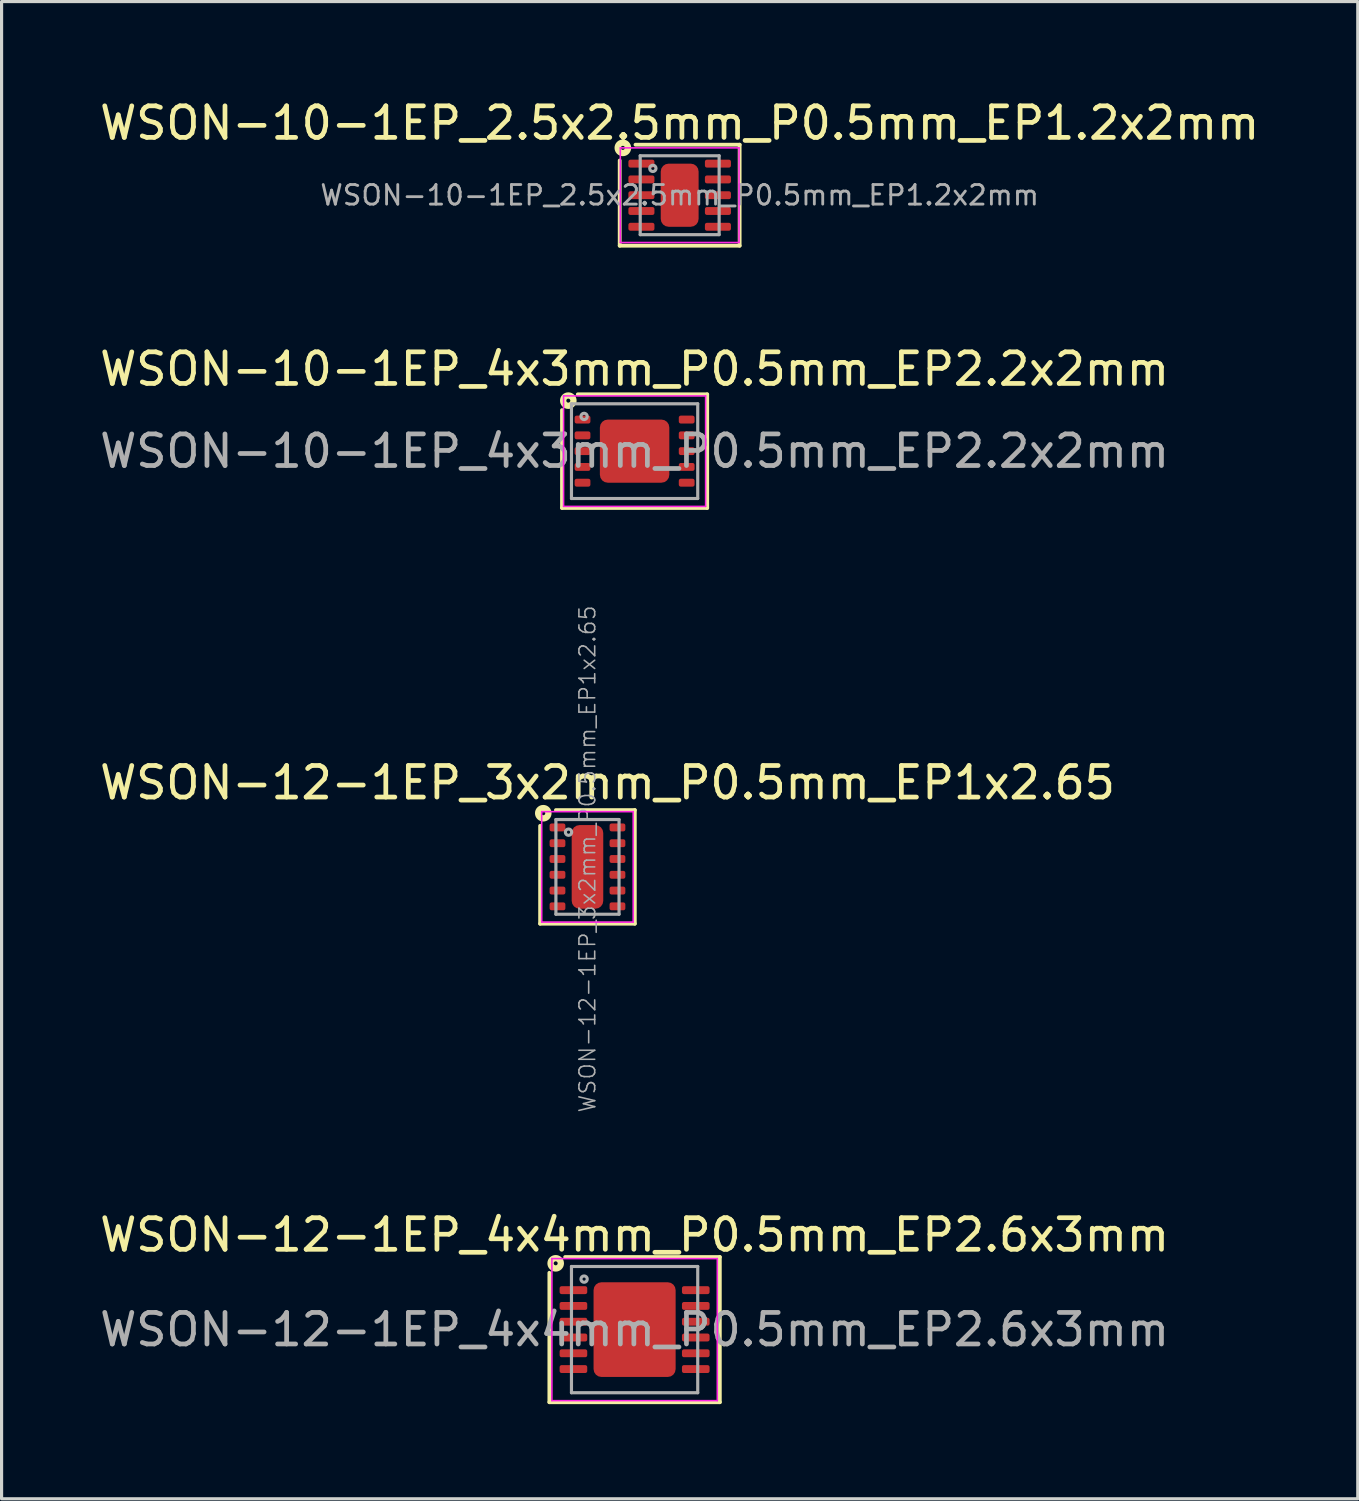
<source format=kicad_pcb>
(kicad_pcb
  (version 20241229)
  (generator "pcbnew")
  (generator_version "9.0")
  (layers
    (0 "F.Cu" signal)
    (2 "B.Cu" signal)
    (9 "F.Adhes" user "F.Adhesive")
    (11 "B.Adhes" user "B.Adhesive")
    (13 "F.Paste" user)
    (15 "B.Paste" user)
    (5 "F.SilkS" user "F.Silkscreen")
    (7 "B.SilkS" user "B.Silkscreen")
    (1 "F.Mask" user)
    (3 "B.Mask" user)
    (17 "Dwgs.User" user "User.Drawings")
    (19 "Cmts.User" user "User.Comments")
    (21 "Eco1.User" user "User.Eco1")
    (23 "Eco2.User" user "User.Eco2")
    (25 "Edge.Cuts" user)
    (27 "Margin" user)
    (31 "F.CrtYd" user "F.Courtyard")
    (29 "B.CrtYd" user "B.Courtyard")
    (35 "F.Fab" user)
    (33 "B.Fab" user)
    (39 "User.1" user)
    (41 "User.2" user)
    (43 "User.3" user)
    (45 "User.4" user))
  (footprint "WSON-12-1EP_4x4mm_P0.5mm_EP2.6x3mm"
    (layer "F.Cu")
    (at 17.054 39.072)
    (property "Reference" "WSON-12-1EP_4x4mm_P0.5mm_EP2.6x3mm" (at 0 -3 0) (layer "F.SilkS") (effects (font (size 1 1) (thickness 0.15))))
    (attr smd)
    (fp_line (start -2.7 2.3) (end -2.7 -1.8) (stroke (width 0.12) (type solid)) (layer "F.SilkS"))
    (fp_line (start -2.2 -2.3) (end 2.7 -2.3) (stroke (width 0.12) (type solid)) (layer "F.SilkS"))
    (fp_line (start 2.7 -2.3) (end 2.7 2.3) (stroke (width 0.12) (type solid)) (layer "F.SilkS"))
    (fp_line (start 2.7 2.3) (end -2.7 2.3) (stroke (width 0.12) (type solid)) (layer "F.SilkS"))
    (fp_circle (center -2.5 -2.1) (end -2.437 -2.1) (stroke (width 0.2) (type solid)) (fill no) (layer "F.SilkS"))
    (fp_line (start -2.62 -2.25) (end -2.62 2.25) (stroke (width 0.05) (type solid)) (layer "F.CrtYd"))
    (fp_line (start -2.62 2.25) (end 2.62 2.25) (stroke (width 0.05) (type solid)) (layer "F.CrtYd"))
    (fp_line (start 2.62 -2.25) (end -2.62 -2.25) (stroke (width 0.05) (type solid)) (layer "F.CrtYd"))
    (fp_line (start 2.62 2.25) (end 2.62 -2.25) (stroke (width 0.05) (type solid)) (layer "F.CrtYd"))
    (fp_line (start -2 -2) (end 2 -2) (stroke (width 0.1) (type solid)) (layer "F.Fab"))
    (fp_line (start -2 2) (end -2 -2) (stroke (width 0.1) (type solid)) (layer "F.Fab"))
    (fp_line (start 2 -2) (end 2 2) (stroke (width 0.1) (type solid)) (layer "F.Fab"))
    (fp_line (start 2 2) (end -2 2) (stroke (width 0.1) (type solid)) (layer "F.Fab"))
    (fp_circle (center -1.6 -1.6) (end -1.5 -1.6) (stroke (width 0.1) (type solid)) (fill no) (layer "F.Fab"))
    (fp_text user "${REFERENCE}" (at 0 0 0) (layer "F.Fab") (effects (font (size 1 1) (thickness 0.15))))
    (pad "" smd roundrect (at -0.65 -0.75) (size 1.05 1.21) (layers "F.Paste") (roundrect_rratio 0.238))
    (pad "" smd roundrect (at -0.65 0.75) (size 1.05 1.21) (layers "F.Paste") (roundrect_rratio 0.238))
    (pad "" smd roundrect (at 0.65 -0.75) (size 1.05 1.21) (layers "F.Paste") (roundrect_rratio 0.238))
    (pad "" smd roundrect (at 0.65 0.75) (size 1.05 1.21) (layers "F.Paste") (roundrect_rratio 0.238))
    (pad "1" smd roundrect (at -1.938 -1.25) (size 0.875 0.25) (layers "F.Cu" "F.Mask" "F.Paste") (roundrect_rratio 0.25))
    (pad "2" smd roundrect (at -1.938 -0.75) (size 0.875 0.25) (layers "F.Cu" "F.Mask" "F.Paste") (roundrect_rratio 0.25))
    (pad "3" smd roundrect (at -1.938 -0.25) (size 0.875 0.25) (layers "F.Cu" "F.Mask" "F.Paste") (roundrect_rratio 0.25))
    (pad "4" smd roundrect (at -1.938 0.25) (size 0.875 0.25) (layers "F.Cu" "F.Mask" "F.Paste") (roundrect_rratio 0.25))
    (pad "5" smd roundrect (at -1.938 0.75) (size 0.875 0.25) (layers "F.Cu" "F.Mask" "F.Paste") (roundrect_rratio 0.25))
    (pad "6" smd roundrect (at -1.938 1.25) (size 0.875 0.25) (layers "F.Cu" "F.Mask" "F.Paste") (roundrect_rratio 0.25))
    (pad "7" smd roundrect (at 1.938 1.25) (size 0.875 0.25) (layers "F.Cu" "F.Mask" "F.Paste") (roundrect_rratio 0.25))
    (pad "8" smd roundrect (at 1.938 0.75) (size 0.875 0.25) (layers "F.Cu" "F.Mask" "F.Paste") (roundrect_rratio 0.25))
    (pad "9" smd roundrect (at 1.938 0.25) (size 0.875 0.25) (layers "F.Cu" "F.Mask" "F.Paste") (roundrect_rratio 0.25))
    (pad "10" smd roundrect (at 1.938 -0.25) (size 0.875 0.25) (layers "F.Cu" "F.Mask" "F.Paste") (roundrect_rratio 0.25))
    (pad "11" smd roundrect (at 1.938 -0.75) (size 0.875 0.25) (layers "F.Cu" "F.Mask" "F.Paste") (roundrect_rratio 0.25))
    (pad "12" smd roundrect (at 1.938 -1.25) (size 0.875 0.25) (layers "F.Cu" "F.Mask" "F.Paste") (roundrect_rratio 0.25))
    (pad "13" smd roundrect (at 0 0) (size 2.6 3) (layers "F.Cu" "F.Mask") (roundrect_rratio 0.096)))
  (footprint "WSON-10-1EP_2.5x2.5mm_P0.5mm_EP1.2x2mm"
    (layer "F.Cu")
    (at 18.482 3.134)
    (property "Reference" "WSON-10-1EP_2.5x2.5mm_P0.5mm_EP1.2x2mm" (at 0 -2.286 0) (layer "F.SilkS") (effects (font (size 1 1) (thickness 0.15))))
    (attr smd)
    (fp_line (start -1.9 1.6) (end -1.9 -1.1) (stroke (width 0.12) (type solid)) (layer "F.SilkS"))
    (fp_line (start -1.4 -1.6) (end 1.9 -1.6) (stroke (width 0.12) (type solid)) (layer "F.SilkS"))
    (fp_line (start 1.9 -1.6) (end 1.9 1.6) (stroke (width 0.12) (type solid)) (layer "F.SilkS"))
    (fp_line (start 1.9 1.6) (end -1.9 1.6) (stroke (width 0.12) (type solid)) (layer "F.SilkS"))
    (fp_circle (center -1.8 -1.5) (end -1.736 -1.5) (stroke (width 0.2) (type solid)) (fill no) (layer "F.SilkS"))
    (fp_line (start -1.88 -1.5) (end -1.88 1.5) (stroke (width 0.05) (type solid)) (layer "F.CrtYd"))
    (fp_line (start -1.88 1.5) (end 1.88 1.5) (stroke (width 0.05) (type solid)) (layer "F.CrtYd"))
    (fp_line (start 1.88 -1.5) (end -1.88 -1.5) (stroke (width 0.05) (type solid)) (layer "F.CrtYd"))
    (fp_line (start 1.88 1.5) (end 1.88 -1.5) (stroke (width 0.05) (type solid)) (layer "F.CrtYd"))
    (fp_line (start -1.25 -1.25) (end 1.25 -1.25) (stroke (width 0.1) (type solid)) (layer "F.Fab"))
    (fp_line (start -1.25 1.25) (end -1.25 -1.25) (stroke (width 0.1) (type solid)) (layer "F.Fab"))
    (fp_line (start 1.25 -1.25) (end 1.25 1.25) (stroke (width 0.1) (type solid)) (layer "F.Fab"))
    (fp_line (start 1.25 1.25) (end -1.25 1.25) (stroke (width 0.1) (type solid)) (layer "F.Fab"))
    (fp_circle (center -0.85 -0.85) (end -0.75 -0.85) (stroke (width 0.1) (type solid)) (fill no) (layer "F.Fab"))
    (fp_text user "${REFERENCE}" (at 0 0 0) (layer "F.Fab") (effects (font (size 0.62 0.62) (thickness 0.09))))
    (pad "" smd roundrect (at -0.3 -0.5) (size 0.48 0.81) (layers "F.Paste") (roundrect_rratio 0.25))
    (pad "" smd roundrect (at -0.3 0.5) (size 0.48 0.81) (layers "F.Paste") (roundrect_rratio 0.25))
    (pad "" smd roundrect (at 0.3 -0.5) (size 0.48 0.81) (layers "F.Paste") (roundrect_rratio 0.25))
    (pad "" smd roundrect (at 0.3 0.5) (size 0.48 0.81) (layers "F.Paste") (roundrect_rratio 0.25))
    (pad "1" smd roundrect (at -1.212 -1) (size 0.825 0.25) (layers "F.Cu" "F.Mask" "F.Paste") (roundrect_rratio 0.25))
    (pad "2" smd roundrect (at -1.212 -0.5) (size 0.825 0.25) (layers "F.Cu" "F.Mask" "F.Paste") (roundrect_rratio 0.25))
    (pad "3" smd roundrect (at -1.212 0) (size 0.825 0.25) (layers "F.Cu" "F.Mask" "F.Paste") (roundrect_rratio 0.25))
    (pad "4" smd roundrect (at -1.212 0.5) (size 0.825 0.25) (layers "F.Cu" "F.Mask" "F.Paste") (roundrect_rratio 0.25))
    (pad "5" smd roundrect (at -1.212 1) (size 0.825 0.25) (layers "F.Cu" "F.Mask" "F.Paste") (roundrect_rratio 0.25))
    (pad "6" smd roundrect (at 1.212 1) (size 0.825 0.25) (layers "F.Cu" "F.Mask" "F.Paste") (roundrect_rratio 0.25))
    (pad "7" smd roundrect (at 1.212 0.5) (size 0.825 0.25) (layers "F.Cu" "F.Mask" "F.Paste") (roundrect_rratio 0.25))
    (pad "8" smd roundrect (at 1.212 0) (size 0.825 0.25) (layers "F.Cu" "F.Mask" "F.Paste") (roundrect_rratio 0.25))
    (pad "9" smd roundrect (at 1.212 -0.5) (size 0.825 0.25) (layers "F.Cu" "F.Mask" "F.Paste") (roundrect_rratio 0.25))
    (pad "10" smd roundrect (at 1.212 -1) (size 0.825 0.25) (layers "F.Cu" "F.Mask" "F.Paste") (roundrect_rratio 0.25))
    (pad "11" smd roundrect (at 0 0) (size 1.2 2) (layers "F.Cu" "F.Mask") (roundrect_rratio 0.208)))
  (footprint "WSON-12-1EP_3x2mm_P0.5mm_EP1x2.65"
    (layer "F.Cu")
    (at 15.561 24.413)
    (property "Reference" "WSON-12-1EP_3x2mm_P0.5mm_EP1x2.65" (at 0.635 -2.667 0) (layer "F.SilkS") (effects (font (size 1 1) (thickness 0.15))))
    (attr smd)
    (fp_line (start -1.5 1.8) (end -1.5 -1.3) (stroke (width 0.12) (type solid)) (layer "F.SilkS"))
    (fp_line (start -1 -1.8) (end 1.5 -1.8) (stroke (width 0.12) (type solid)) (layer "F.SilkS"))
    (fp_line (start 1.5 -1.8) (end 1.5 1.8) (stroke (width 0.12) (type solid)) (layer "F.SilkS"))
    (fp_line (start 1.5 1.8) (end -1.5 1.8) (stroke (width 0.12) (type solid)) (layer "F.SilkS"))
    (fp_circle (center -1.4 -1.7) (end -1.337 -1.7) (stroke (width 0.2) (type solid)) (fill no) (layer "F.SilkS"))
    (fp_line (start -1.45 -1.75) (end 1.45 -1.75) (stroke (width 0.05) (type solid)) (layer "F.CrtYd"))
    (fp_line (start -1.45 1.75) (end -1.45 -1.75) (stroke (width 0.05) (type solid)) (layer "F.CrtYd"))
    (fp_line (start 1.45 -1.75) (end 1.45 1.75) (stroke (width 0.05) (type solid)) (layer "F.CrtYd"))
    (fp_line (start 1.45 1.75) (end -1.45 1.75) (stroke (width 0.05) (type solid)) (layer "F.CrtYd"))
    (fp_line (start -1 -1.5) (end 1 -1.5) (stroke (width 0.1) (type solid)) (layer "F.Fab"))
    (fp_line (start -1 1.5) (end -1 -1.5) (stroke (width 0.1) (type solid)) (layer "F.Fab"))
    (fp_line (start 1 -1.5) (end 1 1.5) (stroke (width 0.1) (type solid)) (layer "F.Fab"))
    (fp_line (start 1 1.5) (end -1 1.5) (stroke (width 0.1) (type solid)) (layer "F.Fab"))
    (fp_circle (center -0.6 -1.1) (end -0.5 -1.1) (stroke (width 0.1) (type solid)) (fill no) (layer "F.Fab"))
    (fp_text user "${REFERENCE}" (at 0 -0.25 90) (layer "F.Fab") (effects (font (size 0.5 0.5) (thickness 0.05))))
    (pad "" smd roundrect (at 0 -0.685) (size 0.95 1.17) (layers "F.Paste") (roundrect_rratio 0.25))
    (pad "" smd roundrect (at 0 0.685) (size 0.95 1.17) (layers "F.Paste") (roundrect_rratio 0.25))
    (pad "1" smd roundrect (at -0.95 -1.25) (size 0.5 0.25) (layers "F.Cu" "F.Mask" "F.Paste") (roundrect_rratio 0.25))
    (pad "2" smd roundrect (at -0.95 -0.75) (size 0.5 0.25) (layers "F.Cu" "F.Mask" "F.Paste") (roundrect_rratio 0.25))
    (pad "3" smd roundrect (at -0.95 -0.25) (size 0.5 0.25) (layers "F.Cu" "F.Mask" "F.Paste") (roundrect_rratio 0.25))
    (pad "4" smd roundrect (at -0.95 0.25) (size 0.5 0.25) (layers "F.Cu" "F.Mask" "F.Paste") (roundrect_rratio 0.25))
    (pad "5" smd roundrect (at -0.95 0.75) (size 0.5 0.25) (layers "F.Cu" "F.Mask" "F.Paste") (roundrect_rratio 0.25))
    (pad "6" smd roundrect (at -0.95 1.25) (size 0.5 0.25) (layers "F.Cu" "F.Mask" "F.Paste") (roundrect_rratio 0.25))
    (pad "7" smd roundrect (at 0.95 1.25) (size 0.5 0.25) (layers "F.Cu" "F.Mask" "F.Paste") (roundrect_rratio 0.25))
    (pad "8" smd roundrect (at 0.95 0.75) (size 0.5 0.25) (layers "F.Cu" "F.Mask" "F.Paste") (roundrect_rratio 0.25))
    (pad "9" smd roundrect (at 0.95 0.25) (size 0.5 0.25) (layers "F.Cu" "F.Mask" "F.Paste") (roundrect_rratio 0.25))
    (pad "10" smd roundrect (at 0.95 -0.25) (size 0.5 0.25) (layers "F.Cu" "F.Mask" "F.Paste") (roundrect_rratio 0.25))
    (pad "11" smd roundrect (at 0.95 -0.75) (size 0.5 0.25) (layers "F.Cu" "F.Mask" "F.Paste") (roundrect_rratio 0.25))
    (pad "12" smd roundrect (at 0.95 -1.25) (size 0.5 0.25) (layers "F.Cu" "F.Mask" "F.Paste") (roundrect_rratio 0.25))
    (pad "13" smd roundrect (at 0 0) (size 1 2.65) (layers "F.Cu" "F.Mask") (roundrect_rratio 0.25)))
  (footprint "WSON-10-1EP_4x3mm_P0.5mm_EP2.2x2mm"
    (layer "F.Cu")
    (at 17.054 11.242)
    (property "Reference" "WSON-10-1EP_4x3mm_P0.5mm_EP2.2x2mm" (at 0 -2.6 0) (layer "F.SilkS") (effects (font (size 1 1) (thickness 0.15))))
    (attr smd)
    (fp_line (start -2.3 1.8) (end -2.3 -1.3) (stroke (width 0.12) (type solid)) (layer "F.SilkS"))
    (fp_line (start -1.8 -1.8) (end 2.3 -1.8) (stroke (width 0.12) (type solid)) (layer "F.SilkS"))
    (fp_line (start 2.3 -1.8) (end 2.3 1.8) (stroke (width 0.12) (type solid)) (layer "F.SilkS"))
    (fp_line (start 2.3 1.8) (end -2.3 1.8) (stroke (width 0.12) (type solid)) (layer "F.SilkS"))
    (fp_circle (center -2.1 -1.6) (end -2.037 -1.6) (stroke (width 0.2) (type solid)) (fill no) (layer "F.SilkS"))
    (fp_line (start -2.25 -1.75) (end -2.25 1.75) (stroke (width 0.05) (type solid)) (layer "F.CrtYd"))
    (fp_line (start -2.25 -1.75) (end 2.25 -1.75) (stroke (width 0.05) (type solid)) (layer "F.CrtYd"))
    (fp_line (start -2.25 1.75) (end 2.25 1.75) (stroke (width 0.05) (type solid)) (layer "F.CrtYd"))
    (fp_line (start 2.25 -1.75) (end 2.25 1.75) (stroke (width 0.05) (type solid)) (layer "F.CrtYd"))
    (fp_line (start -2 -1.5) (end 2 -1.5) (stroke (width 0.1) (type solid)) (layer "F.Fab"))
    (fp_line (start -2 1.5) (end -2 -1.5) (stroke (width 0.1) (type solid)) (layer "F.Fab"))
    (fp_line (start 2 -1.5) (end 2 1.5) (stroke (width 0.1) (type solid)) (layer "F.Fab"))
    (fp_line (start 2 1.5) (end -2 1.5) (stroke (width 0.1) (type solid)) (layer "F.Fab"))
    (fp_circle (center -1.6 -1.1) (end -1.5 -1.1) (stroke (width 0.1) (type solid)) (fill no) (layer "F.Fab"))
    (fp_text user "${REFERENCE}" (at 0 0 0) (layer "F.Fab") (effects (font (size 1 1) (thickness 0.15))))
    (pad "" smd roundrect (at -0.55 -0.5) (size 0.88 0.8) (layers "F.Paste") (roundrect_rratio 0.25))
    (pad "" smd roundrect (at -0.55 0.5) (size 0.88 0.8) (layers "F.Paste") (roundrect_rratio 0.25))
    (pad "" smd roundrect (at 0.55 -0.5) (size 0.88 0.8) (layers "F.Paste") (roundrect_rratio 0.25))
    (pad "" smd roundrect (at 0.55 0.5) (size 0.88 0.8) (layers "F.Paste") (roundrect_rratio 0.25))
    (pad "1" smd roundrect (at -1.65 -1) (size 0.5 0.25) (layers "F.Cu" "F.Mask" "F.Paste") (roundrect_rratio 0.25))
    (pad "2" smd roundrect (at -1.65 -0.5) (size 0.5 0.25) (layers "F.Cu" "F.Mask" "F.Paste") (roundrect_rratio 0.25))
    (pad "3" smd roundrect (at -1.65 0) (size 0.5 0.25) (layers "F.Cu" "F.Mask" "F.Paste") (roundrect_rratio 0.25))
    (pad "4" smd roundrect (at -1.65 0.5) (size 0.5 0.25) (layers "F.Cu" "F.Mask" "F.Paste") (roundrect_rratio 0.25))
    (pad "5" smd roundrect (at -1.65 1) (size 0.5 0.25) (layers "F.Cu" "F.Mask" "F.Paste") (roundrect_rratio 0.25))
    (pad "6" smd roundrect (at 1.65 1) (size 0.5 0.25) (layers "F.Cu" "F.Mask" "F.Paste") (roundrect_rratio 0.25))
    (pad "7" smd roundrect (at 1.65 0.5) (size 0.5 0.25) (layers "F.Cu" "F.Mask" "F.Paste") (roundrect_rratio 0.25))
    (pad "8" smd roundrect (at 1.65 0) (size 0.5 0.25) (layers "F.Cu" "F.Mask" "F.Paste") (roundrect_rratio 0.25))
    (pad "9" smd roundrect (at 1.65 -0.5) (size 0.5 0.25) (layers "F.Cu" "F.Mask" "F.Paste") (roundrect_rratio 0.25))
    (pad "10" smd roundrect (at 1.65 -1) (size 0.5 0.25) (layers "F.Cu" "F.Mask" "F.Paste") (roundrect_rratio 0.25))
    (pad "11" smd roundrect (at 0 0) (size 2.2 2) (layers "F.Cu" "F.Mask") (roundrect_rratio 0.125)))
  (gr_rect
    (start -3 -3)
    (end 39.964 44.432)
    (stroke (width 0.1) (type default))
    (fill no)
    (layer "Edge.Cuts")))
</source>
